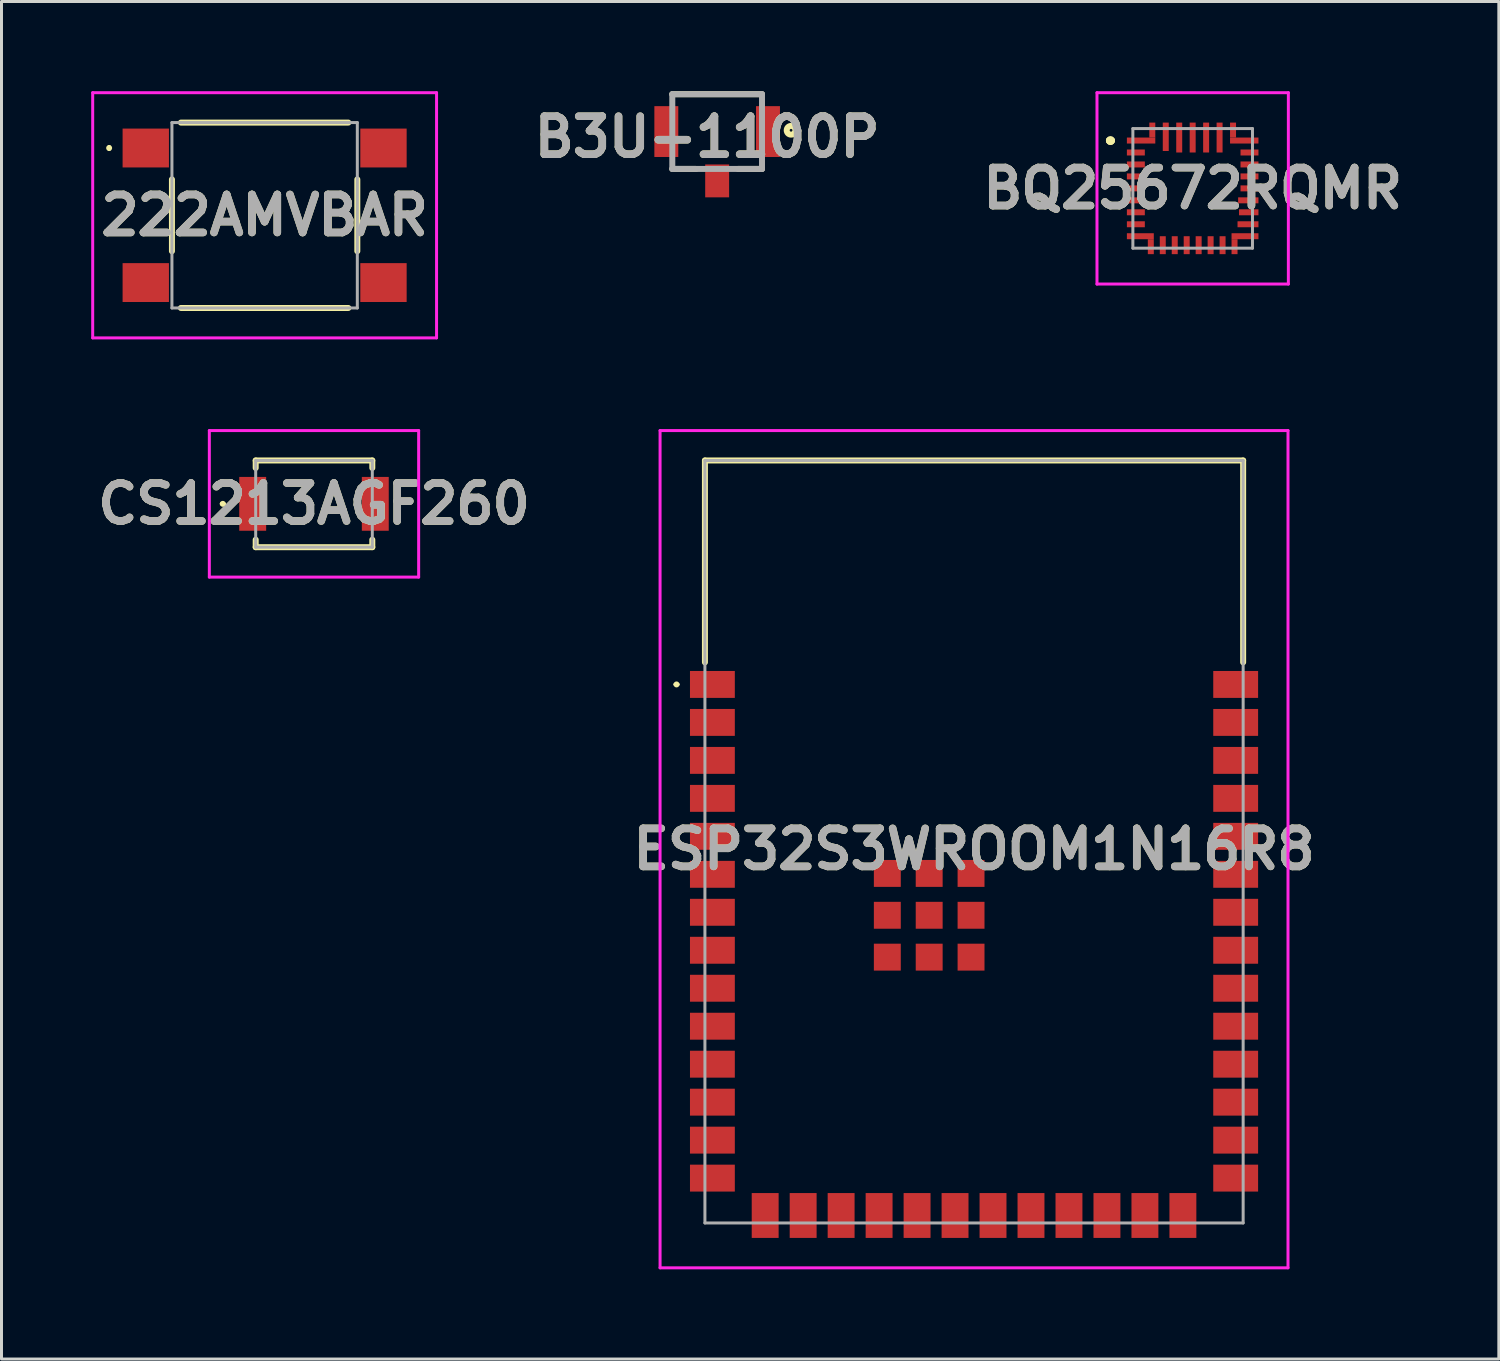
<source format=kicad_pcb>
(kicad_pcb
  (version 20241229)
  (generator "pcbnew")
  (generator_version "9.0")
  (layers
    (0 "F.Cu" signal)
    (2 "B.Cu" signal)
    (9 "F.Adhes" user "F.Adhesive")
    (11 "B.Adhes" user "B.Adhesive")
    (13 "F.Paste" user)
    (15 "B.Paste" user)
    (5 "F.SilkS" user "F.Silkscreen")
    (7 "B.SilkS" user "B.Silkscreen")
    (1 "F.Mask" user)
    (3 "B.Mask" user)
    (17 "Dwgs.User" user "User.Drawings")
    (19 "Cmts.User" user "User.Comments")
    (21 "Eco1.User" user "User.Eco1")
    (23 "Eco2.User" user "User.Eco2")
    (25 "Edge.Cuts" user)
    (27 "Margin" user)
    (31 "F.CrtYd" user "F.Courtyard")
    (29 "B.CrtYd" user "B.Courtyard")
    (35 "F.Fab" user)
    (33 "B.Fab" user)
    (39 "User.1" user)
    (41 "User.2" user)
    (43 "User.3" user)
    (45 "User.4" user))
  (footprint "ESP32S3WROOM1N16R8"
    (layer "F.Cu")
    (at 29.525 25.1)
    (property "Reference" "ESP32S3WROOM1N16R8" (at 0 0.25 0) (layer "F.SilkS") (effects (font (size 1.27 1.27) (thickness 0.254))))
    (attr smd)
    (fp_line (start -10 -5.26) (end -10 -5.26) (stroke (width 0.1) (type solid)) (layer "F.SilkS"))
    (fp_line (start -9.9 -5.26) (end -9.9 -5.26) (stroke (width 0.1) (type solid)) (layer "F.SilkS"))
    (fp_line (start -9 -12.75) (end 9 -12.75) (stroke (width 0.2) (type solid)) (layer "F.SilkS"))
    (fp_line (start -9 -6) (end -9 -12.75) (stroke (width 0.2) (type solid)) (layer "F.SilkS"))
    (fp_line (start 9 -12.75) (end 9 -6) (stroke (width 0.2) (type solid)) (layer "F.SilkS"))
    (fp_arc (start -10 -5.26) (mid -9.95 -5.31) (end -9.9 -5.26) (stroke (width 0.1) (type solid)) (layer "F.SilkS"))
    (fp_arc (start -9.9 -5.26) (mid -9.95 -5.21) (end -10 -5.26) (stroke (width 0.1) (type solid)) (layer "F.SilkS"))
    (fp_line (start -10.5 -13.75) (end 10.5 -13.75) (stroke (width 0.1) (type solid)) (layer "F.CrtYd"))
    (fp_line (start -10.5 14.25) (end -10.5 -13.75) (stroke (width 0.1) (type solid)) (layer "F.CrtYd"))
    (fp_line (start 10.5 -13.75) (end 10.5 14.25) (stroke (width 0.1) (type solid)) (layer "F.CrtYd"))
    (fp_line (start 10.5 14.25) (end -10.5 14.25) (stroke (width 0.1) (type solid)) (layer "F.CrtYd"))
    (fp_line (start -9 -12.75) (end 9 -12.75) (stroke (width 0.1) (type solid)) (layer "F.Fab"))
    (fp_line (start -9 12.75) (end -9 -12.75) (stroke (width 0.1) (type solid)) (layer "F.Fab"))
    (fp_line (start 9 -12.75) (end 9 12.75) (stroke (width 0.1) (type solid)) (layer "F.Fab"))
    (fp_line (start 9 12.75) (end -9 12.75) (stroke (width 0.1) (type solid)) (layer "F.Fab"))
    (fp_text user "${REFERENCE}" (at 0 0.25 0) (layer "F.Fab") (effects (font (size 1.27 1.27) (thickness 0.254))))
    (pad "1" smd rect (at -8.75 -5.26 90) (size 0.9 1.5) (layers "F.Cu" "F.Mask" "F.Paste"))
    (pad "2" smd rect (at -8.75 -3.99 90) (size 0.9 1.5) (layers "F.Cu" "F.Mask" "F.Paste"))
    (pad "3" smd rect (at -8.75 -2.72 90) (size 0.9 1.5) (layers "F.Cu" "F.Mask" "F.Paste"))
    (pad "4" smd rect (at -8.75 -1.45 90) (size 0.9 1.5) (layers "F.Cu" "F.Mask" "F.Paste"))
    (pad "5" smd rect (at -8.75 -0.18 90) (size 0.9 1.5) (layers "F.Cu" "F.Mask" "F.Paste"))
    (pad "6" smd rect (at -8.75 1.09 90) (size 0.9 1.5) (layers "F.Cu" "F.Mask" "F.Paste"))
    (pad "7" smd rect (at -8.75 2.36 90) (size 0.9 1.5) (layers "F.Cu" "F.Mask" "F.Paste"))
    (pad "8" smd rect (at -8.75 3.63 90) (size 0.9 1.5) (layers "F.Cu" "F.Mask" "F.Paste"))
    (pad "9" smd rect (at -8.75 4.9 90) (size 0.9 1.5) (layers "F.Cu" "F.Mask" "F.Paste"))
    (pad "10" smd rect (at -8.75 6.17 90) (size 0.9 1.5) (layers "F.Cu" "F.Mask" "F.Paste"))
    (pad "11" smd rect (at -8.75 7.44 90) (size 0.9 1.5) (layers "F.Cu" "F.Mask" "F.Paste"))
    (pad "12" smd rect (at -8.75 8.71 90) (size 0.9 1.5) (layers "F.Cu" "F.Mask" "F.Paste"))
    (pad "13" smd rect (at -8.75 9.98 90) (size 0.9 1.5) (layers "F.Cu" "F.Mask" "F.Paste"))
    (pad "14" smd rect (at -8.75 11.25 90) (size 0.9 1.5) (layers "F.Cu" "F.Mask" "F.Paste"))
    (pad "15" smd rect (at -6.985 12.5) (size 0.9 1.5) (layers "F.Cu" "F.Mask" "F.Paste"))
    (pad "16" smd rect (at -5.715 12.5) (size 0.9 1.5) (layers "F.Cu" "F.Mask" "F.Paste"))
    (pad "17" smd rect (at -4.445 12.5) (size 0.9 1.5) (layers "F.Cu" "F.Mask" "F.Paste"))
    (pad "18" smd rect (at -3.175 12.5) (size 0.9 1.5) (layers "F.Cu" "F.Mask" "F.Paste"))
    (pad "19" smd rect (at -1.905 12.5) (size 0.9 1.5) (layers "F.Cu" "F.Mask" "F.Paste"))
    (pad "20" smd rect (at -0.635 12.5) (size 0.9 1.5) (layers "F.Cu" "F.Mask" "F.Paste"))
    (pad "21" smd rect (at 0.635 12.5) (size 0.9 1.5) (layers "F.Cu" "F.Mask" "F.Paste"))
    (pad "22" smd rect (at 1.905 12.5) (size 0.9 1.5) (layers "F.Cu" "F.Mask" "F.Paste"))
    (pad "23" smd rect (at 3.175 12.5) (size 0.9 1.5) (layers "F.Cu" "F.Mask" "F.Paste"))
    (pad "24" smd rect (at 4.445 12.5) (size 0.9 1.5) (layers "F.Cu" "F.Mask" "F.Paste"))
    (pad "25" smd rect (at 5.715 12.5) (size 0.9 1.5) (layers "F.Cu" "F.Mask" "F.Paste"))
    (pad "26" smd rect (at 6.985 12.5) (size 0.9 1.5) (layers "F.Cu" "F.Mask" "F.Paste"))
    (pad "27" smd rect (at 8.75 11.25 90) (size 0.9 1.5) (layers "F.Cu" "F.Mask" "F.Paste"))
    (pad "28" smd rect (at 8.75 9.98 90) (size 0.9 1.5) (layers "F.Cu" "F.Mask" "F.Paste"))
    (pad "29" smd rect (at 8.75 8.71 90) (size 0.9 1.5) (layers "F.Cu" "F.Mask" "F.Paste"))
    (pad "30" smd rect (at 8.75 7.44 90) (size 0.9 1.5) (layers "F.Cu" "F.Mask" "F.Paste"))
    (pad "31" smd rect (at 8.75 6.17 90) (size 0.9 1.5) (layers "F.Cu" "F.Mask" "F.Paste"))
    (pad "32" smd rect (at 8.75 4.9 90) (size 0.9 1.5) (layers "F.Cu" "F.Mask" "F.Paste"))
    (pad "33" smd rect (at 8.75 3.63 90) (size 0.9 1.5) (layers "F.Cu" "F.Mask" "F.Paste"))
    (pad "34" smd rect (at 8.75 2.36 90) (size 0.9 1.5) (layers "F.Cu" "F.Mask" "F.Paste"))
    (pad "35" smd rect (at 8.75 1.09 90) (size 0.9 1.5) (layers "F.Cu" "F.Mask" "F.Paste"))
    (pad "36" smd rect (at 8.75 -0.18 90) (size 0.9 1.5) (layers "F.Cu" "F.Mask" "F.Paste"))
    (pad "37" smd rect (at 8.75 -1.45 90) (size 0.9 1.5) (layers "F.Cu" "F.Mask" "F.Paste"))
    (pad "38" smd rect (at 8.75 -2.72 90) (size 0.9 1.5) (layers "F.Cu" "F.Mask" "F.Paste"))
    (pad "39" smd rect (at 8.75 -3.99 90) (size 0.9 1.5) (layers "F.Cu" "F.Mask" "F.Paste"))
    (pad "40" smd rect (at 8.75 -5.26 90) (size 0.9 1.5) (layers "F.Cu" "F.Mask" "F.Paste"))
    (pad "41" smd rect (at -1.5 2.46) (size 0.9 0.9) (layers "F.Cu" "F.Mask" "F.Paste"))
    (pad "42" smd rect (at -2.9 1.06) (size 0.9 0.9) (layers "F.Cu" "F.Mask" "F.Paste"))
    (pad "43" smd rect (at -2.9 2.46) (size 0.9 0.9) (layers "F.Cu" "F.Mask" "F.Paste"))
    (pad "44" smd rect (at -2.9 3.86) (size 0.9 0.9) (layers "F.Cu" "F.Mask" "F.Paste"))
    (pad "45" smd rect (at -1.5 3.86) (size 0.9 0.9) (layers "F.Cu" "F.Mask" "F.Paste"))
    (pad "46" smd rect (at -0.1 3.86) (size 0.9 0.9) (layers "F.Cu" "F.Mask" "F.Paste"))
    (pad "47" smd rect (at -0.1 2.46) (size 0.9 0.9) (layers "F.Cu" "F.Mask" "F.Paste"))
    (pad "48" smd rect (at -0.1 1.06) (size 0.9 0.9) (layers "F.Cu" "F.Mask" "F.Paste"))
    (pad "49" smd rect (at -1.5 1.06) (size 0.9 0.9) (layers "F.Cu" "F.Mask" "F.Paste")))
  (footprint "B3U-1100P"
    (layer "F.Cu")
    (at 20.934 1.35)
    (property "Reference" "B3U-1100P" (at -0.335 0.183 0) (layer "F.SilkS") (effects (font (size 1.27 1.27) (thickness 0.254))))
    (attr smd)
    (fp_line (start -1.5 -1.25) (end 1.5 -1.25) (stroke (width 0.2) (type solid)) (layer "F.SilkS"))
    (fp_line (start -1.5 1.25) (end -0.7 1.25) (stroke (width 0.2) (type solid)) (layer "F.SilkS"))
    (fp_line (start 1.5 1.25) (end 0.7 1.25) (stroke (width 0.2) (type solid)) (layer "F.SilkS"))
    (fp_circle (center 2.472 -0.043) (end 2.472 0.003) (stroke (width 0.2) (type solid)) (fill no) (layer "F.SilkS"))
    (fp_line (start -1.5 -1.25) (end 1.5 -1.25) (stroke (width 0.2) (type solid)) (layer "F.Fab"))
    (fp_line (start -1.5 1.25) (end -1.5 -1.25) (stroke (width 0.2) (type solid)) (layer "F.Fab"))
    (fp_line (start 1.5 -1.25) (end 1.5 1.25) (stroke (width 0.2) (type solid)) (layer "F.Fab"))
    (fp_line (start 1.5 1.25) (end -1.5 1.25) (stroke (width 0.2) (type solid)) (layer "F.Fab"))
    (fp_text user "${REFERENCE}" (at -0.335 0.183 0) (layer "F.Fab") (effects (font (size 1.27 1.27) (thickness 0.254))))
    (pad "1" smd rect (at 1.7 0) (size 0.8 1.7) (layers "F.Cu" "F.Mask" "F.Paste"))
    (pad "2" smd rect (at -1.7 0) (size 0.8 1.7) (layers "F.Cu" "F.Mask" "F.Paste"))
    (pad "3" smd rect (at 0 1.65) (size 0.8 1.1) (layers "F.Cu" "F.Mask" "F.Paste")))
  (footprint "BQ25672RQMR"
    (layer "F.Cu")
    (at 36.837 3.25)
    (property "Reference" "BQ25672RQMR" (at 0 0 0) (layer "F.SilkS") (effects (font (size 1.27 1.27) (thickness 0.254))))
    (attr smd)
    (fp_line (start -2.8 -1.6) (end -2.8 -1.6) (stroke (width 0.2) (type solid)) (layer "F.SilkS"))
    (fp_line (start -2.8 -1.6) (end -2.8 -1.6) (stroke (width 0.2) (type solid)) (layer "F.SilkS"))
    (fp_line (start -2.7 -1.6) (end -2.7 -1.6) (stroke (width 0.2) (type solid)) (layer "F.SilkS"))
    (fp_arc (start -2.8 -1.6) (mid -2.75 -1.65) (end -2.7 -1.6) (stroke (width 0.2) (type solid)) (layer "F.SilkS"))
    (fp_arc (start -2.7 -1.6) (mid -2.75 -1.55) (end -2.8 -1.6) (stroke (width 0.2) (type solid)) (layer "F.SilkS"))
    (fp_arc (start -2.7 -1.6) (mid -2.75 -1.55) (end -2.8 -1.6) (stroke (width 0.2) (type solid)) (layer "F.SilkS"))
    (fp_line (start -3.2 -3.2) (end 3.2 -3.2) (stroke (width 0.1) (type solid)) (layer "F.CrtYd"))
    (fp_line (start -3.2 3.2) (end -3.2 -3.2) (stroke (width 0.1) (type solid)) (layer "F.CrtYd"))
    (fp_line (start 3.2 -3.2) (end 3.2 3.2) (stroke (width 0.1) (type solid)) (layer "F.CrtYd"))
    (fp_line (start 3.2 3.2) (end -3.2 3.2) (stroke (width 0.1) (type solid)) (layer "F.CrtYd"))
    (fp_line (start -2 -2) (end -2 2) (stroke (width 0.1) (type solid)) (layer "F.Fab"))
    (fp_line (start -2 2) (end 2 2) (stroke (width 0.1) (type solid)) (layer "F.Fab"))
    (fp_line (start 2 -2) (end -2 -2) (stroke (width 0.1) (type solid)) (layer "F.Fab"))
    (fp_line (start 2 2) (end 2 -2) (stroke (width 0.1) (type solid)) (layer "F.Fab"))
    (fp_text user "${REFERENCE}" (at 0 0 0) (layer "F.Fab") (effects (font (size 1.27 1.27) (thickness 0.254))))
    (pad "1" smd rect (at -1.725 -1.6 90) (size 0.2 0.95) (layers "F.Cu" "F.Mask" "F.Paste"))
    (pad "2" smd rect (at -1.9 -1.2 90) (size 0.2 0.6) (layers "F.Cu" "F.Mask" "F.Paste"))
    (pad "3" smd rect (at -1.9 -0.8 90) (size 0.2 0.6) (layers "F.Cu" "F.Mask" "F.Paste"))
    (pad "4" smd rect (at -1.9 -0.4 90) (size 0.2 0.6) (layers "F.Cu" "F.Mask" "F.Paste"))
    (pad "5" smd rect (at -1.9 0 90) (size 0.2 0.6) (layers "F.Cu" "F.Mask" "F.Paste"))
    (pad "6" smd rect (at -1.9 0.4 90) (size 0.2 0.6) (layers "F.Cu" "F.Mask" "F.Paste"))
    (pad "7" smd rect (at -1.9 0.8 90) (size 0.2 0.6) (layers "F.Cu" "F.Mask" "F.Paste"))
    (pad "8" smd rect (at -1.9 1.2 90) (size 0.2 0.6) (layers "F.Cu" "F.Mask" "F.Paste"))
    (pad "9" smd rect (at -1.75 1.6 90) (size 0.2 0.9) (layers "F.Cu" "F.Mask" "F.Paste"))
    (pad "10" smd rect (at -1 1.9) (size 0.2 0.6) (layers "F.Cu" "F.Mask" "F.Paste"))
    (pad "11" smd rect (at -0.6 1.9) (size 0.2 0.6) (layers "F.Cu" "F.Mask" "F.Paste"))
    (pad "12" smd rect (at -0.2 1.9) (size 0.2 0.6) (layers "F.Cu" "F.Mask" "F.Paste"))
    (pad "13" smd rect (at 0.2 1.9) (size 0.2 0.6) (layers "F.Cu" "F.Mask" "F.Paste"))
    (pad "14" smd rect (at 0.6 1.9) (size 0.2 0.6) (layers "F.Cu" "F.Mask" "F.Paste"))
    (pad "15" smd rect (at 1 1.9) (size 0.2 0.6) (layers "F.Cu" "F.Mask" "F.Paste"))
    (pad "16" smd rect (at 1.75 1.6 90) (size 0.2 0.9) (layers "F.Cu" "F.Mask" "F.Paste"))
    (pad "17" smd rect (at 1.85 1.2 90) (size 0.2 0.7) (layers "F.Cu" "F.Mask" "F.Paste"))
    (pad "18" smd rect (at 1.875 0.8 90) (size 0.2 0.65) (layers "F.Cu" "F.Mask" "F.Paste"))
    (pad "19" smd rect (at 1.86 0.4 90) (size 0.2 0.68) (layers "F.Cu" "F.Mask" "F.Paste"))
    (pad "20" smd rect (at 1.9 0 90) (size 0.2 0.6) (layers "F.Cu" "F.Mask" "F.Paste"))
    (pad "21" smd rect (at 1.9 -0.4 90) (size 0.2 0.6) (layers "F.Cu" "F.Mask" "F.Paste"))
    (pad "22" smd rect (at 1.9 -0.8 90) (size 0.2 0.6) (layers "F.Cu" "F.Mask" "F.Paste"))
    (pad "23" smd rect (at 1.9 -1.2 90) (size 0.2 0.6) (layers "F.Cu" "F.Mask" "F.Paste"))
    (pad "24" smd rect (at 1.725 -1.6 90) (size 0.2 0.95) (layers "F.Cu" "F.Mask" "F.Paste"))
    (pad "25" smd rect (at 0.9 -1.7) (size 0.2 1) (layers "F.Cu" "F.Mask" "F.Paste"))
    (pad "26" smd rect (at 0.45 -1.7) (size 0.2 1) (layers "F.Cu" "F.Mask" "F.Paste"))
    (pad "27" smd rect (at 0 -1.7) (size 0.2 1) (layers "F.Cu" "F.Mask" "F.Paste"))
    (pad "28" smd rect (at -0.45 -1.7) (size 0.2 1) (layers "F.Cu" "F.Mask" "F.Paste"))
    (pad "29" smd rect (at -0.9 -1.725) (size 0.2 0.95) (layers "F.Cu" "F.Mask" "F.Paste"))
    (pad "30" smd rect (at -1.35 -1.95) (size 0.2 0.5) (layers "F.Cu" "F.Mask" "F.Paste"))
    (pad "31" smd rect (at -1.4 1.95) (size 0.2 0.5) (layers "F.Cu" "F.Mask" "F.Paste"))
    (pad "32" smd rect (at 1.4 1.95) (size 0.2 0.5) (layers "F.Cu" "F.Mask" "F.Paste"))
    (pad "33" smd rect (at 1.35 -1.95) (size 0.2 0.5) (layers "F.Cu" "F.Mask" "F.Paste")))
  (footprint "CS1213AGF260"
    (layer "F.Cu")
    (at 7.451 13.8)
    (property "Reference" "CS1213AGF260" (at 0 0 0) (layer "F.SilkS") (effects (font (size 1.27 1.27) (thickness 0.254))))
    (attr smd)
    (fp_line (start -3.1 0) (end -3.1 0) (stroke (width 0.1) (type solid)) (layer "F.SilkS"))
    (fp_line (start -3 0) (end -3 0) (stroke (width 0.1) (type solid)) (layer "F.SilkS"))
    (fp_line (start -1.95 -1.45) (end 1.95 -1.45) (stroke (width 0.2) (type solid)) (layer "F.SilkS"))
    (fp_line (start -1.95 -1.2) (end -1.95 -1.45) (stroke (width 0.2) (type solid)) (layer "F.SilkS"))
    (fp_line (start -1.95 1.2) (end -1.95 1.45) (stroke (width 0.2) (type solid)) (layer "F.SilkS"))
    (fp_line (start -1.95 1.45) (end 1.95 1.45) (stroke (width 0.2) (type solid)) (layer "F.SilkS"))
    (fp_line (start 1.95 -1.45) (end 1.95 -1.2) (stroke (width 0.2) (type solid)) (layer "F.SilkS"))
    (fp_line (start 1.95 1.45) (end 1.95 1.2) (stroke (width 0.2) (type solid)) (layer "F.SilkS"))
    (fp_arc (start -3.1 0) (mid -3.05 -0.05) (end -3 0) (stroke (width 0.1) (type solid)) (layer "F.SilkS"))
    (fp_arc (start -3 0) (mid -3.05 0.05) (end -3.1 0) (stroke (width 0.1) (type solid)) (layer "F.SilkS"))
    (fp_line (start -3.5 -2.45) (end 3.5 -2.45) (stroke (width 0.1) (type solid)) (layer "F.CrtYd"))
    (fp_line (start -3.5 2.45) (end -3.5 -2.45) (stroke (width 0.1) (type solid)) (layer "F.CrtYd"))
    (fp_line (start 3.5 -2.45) (end 3.5 2.45) (stroke (width 0.1) (type solid)) (layer "F.CrtYd"))
    (fp_line (start 3.5 2.45) (end -3.5 2.45) (stroke (width 0.1) (type solid)) (layer "F.CrtYd"))
    (fp_line (start -1.95 -1.45) (end 1.95 -1.45) (stroke (width 0.1) (type solid)) (layer "F.Fab"))
    (fp_line (start -1.95 1.45) (end -1.95 -1.45) (stroke (width 0.1) (type solid)) (layer "F.Fab"))
    (fp_line (start 1.95 -1.45) (end 1.95 1.45) (stroke (width 0.1) (type solid)) (layer "F.Fab"))
    (fp_line (start 1.95 1.45) (end -1.95 1.45) (stroke (width 0.1) (type solid)) (layer "F.Fab"))
    (fp_text user "${REFERENCE}" (at 0 0 0) (layer "F.Fab") (effects (font (size 1.27 1.27) (thickness 0.254))))
    (pad "1" smd rect (at -2.05 0) (size 0.9 1.8) (layers "F.Cu" "F.Mask" "F.Paste"))
    (pad "2" smd rect (at 2.05 0) (size 0.9 1.8) (layers "F.Cu" "F.Mask" "F.Paste")))
  (footprint "222AMVBAR"
    (layer "F.Cu")
    (at 5.8 4.15)
    (property "Reference" "222AMVBAR" (at 0 0 0) (layer "F.SilkS") (effects (font (size 1.27 1.27) (thickness 0.254))))
    (attr smd)
    (fp_line (start -5.2 -2.3) (end -5.2 -2.3) (stroke (width 0.1) (type solid)) (layer "F.SilkS"))
    (fp_line (start -5.2 -2.2) (end -5.2 -2.2) (stroke (width 0.1) (type solid)) (layer "F.SilkS"))
    (fp_line (start -3.1 1.2) (end -3.1 -1.2) (stroke (width 0.2) (type solid)) (layer "F.SilkS"))
    (fp_line (start -2.8 -3.1) (end 2.8 -3.1) (stroke (width 0.2) (type solid)) (layer "F.SilkS"))
    (fp_line (start -2.8 3.1) (end 2.8 3.1) (stroke (width 0.2) (type solid)) (layer "F.SilkS"))
    (fp_line (start 3.1 1.2) (end 3.1 -1.2) (stroke (width 0.2) (type solid)) (layer "F.SilkS"))
    (fp_arc (start -5.2 -2.3) (mid -5.15 -2.25) (end -5.2 -2.2) (stroke (width 0.1) (type solid)) (layer "F.SilkS"))
    (fp_arc (start -5.2 -2.2) (mid -5.25 -2.25) (end -5.2 -2.3) (stroke (width 0.1) (type solid)) (layer "F.SilkS"))
    (fp_line (start -5.75 -4.1) (end 5.75 -4.1) (stroke (width 0.1) (type solid)) (layer "F.CrtYd"))
    (fp_line (start -5.75 4.1) (end -5.75 -4.1) (stroke (width 0.1) (type solid)) (layer "F.CrtYd"))
    (fp_line (start 5.75 -4.1) (end 5.75 4.1) (stroke (width 0.1) (type solid)) (layer "F.CrtYd"))
    (fp_line (start 5.75 4.1) (end -5.75 4.1) (stroke (width 0.1) (type solid)) (layer "F.CrtYd"))
    (fp_line (start -3.1 -3.1) (end 3.1 -3.1) (stroke (width 0.1) (type solid)) (layer "F.Fab"))
    (fp_line (start -3.1 3.1) (end -3.1 -3.1) (stroke (width 0.1) (type solid)) (layer "F.Fab"))
    (fp_line (start 3.1 -3.1) (end 3.1 3.1) (stroke (width 0.1) (type solid)) (layer "F.Fab"))
    (fp_line (start 3.1 3.1) (end -3.1 3.1) (stroke (width 0.1) (type solid)) (layer "F.Fab"))
    (fp_text user "${REFERENCE}" (at 0 0 0) (layer "F.Fab") (effects (font (size 1.27 1.27) (thickness 0.254))))
    (pad "1" smd rect (at -3.975 -2.25 90) (size 1.3 1.55) (layers "F.Cu" "F.Mask" "F.Paste"))
    (pad "2" smd rect (at -3.975 2.25 90) (size 1.3 1.55) (layers "F.Cu" "F.Mask" "F.Paste"))
    (pad "3" smd rect (at 3.975 -2.25 90) (size 1.3 1.55) (layers "F.Cu" "F.Mask" "F.Paste"))
    (pad "4" smd rect (at 3.975 2.25 90) (size 1.3 1.55) (layers "F.Cu" "F.Mask" "F.Paste")))
  (gr_rect
    (start -3 -3)
    (end 47.076 42.4)
    (stroke (width 0.1) (type default))
    (fill no)
    (layer "Edge.Cuts")))
</source>
